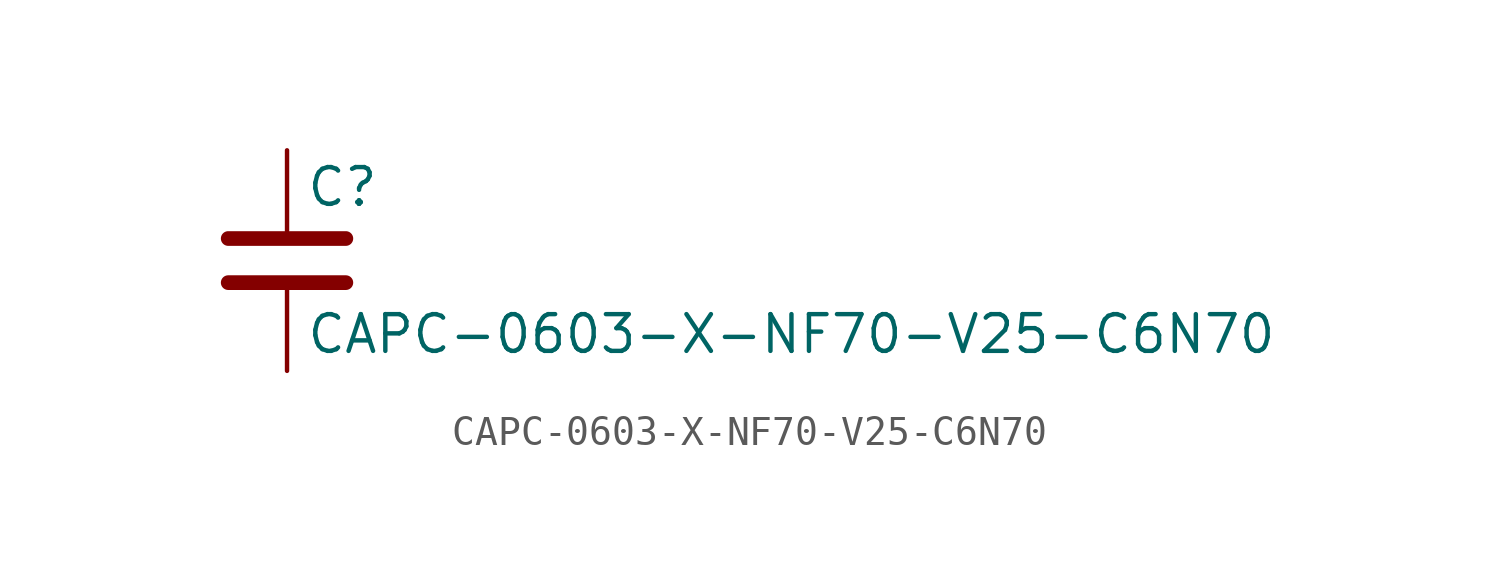
<source format=kicad_sym>
(kicad_symbol_lib
  (version 20211014)
  (generator kicad_symbol_editor)
  (symbol "CAPC-0603-X-NF70-V25-C6N70"
    (pin_numbers hide)
    (pin_names
      (offset 0.254))
    (property "Reference" "C"
      (at 0.635 2.54 0)
      (effects (font (size 1.27 1.27)) (justify left)))
    (property "Value" "CAPC-0603-X-NF70-V25-C6N70"
      (at 0.635 -2.54 0)
      (effects (font (size 1.27 1.27)) (justify left)))
    (symbol "CAPC-0603-X-NF70-V25-C6N70_0_1"
      (polyline (pts (xy -2.032 -0.762) (xy 2.032 -0.762)) (stroke (width 0.508) (type default) (color 0 0 0 0)) (fill (type none)))
      (polyline (pts (xy -2.032 0.762) (xy 2.032 0.762)) (stroke (width 0.508) (type default) (color 0 0 0 0)) (fill (type none))))
    (symbol "CAPC-0603-X-NF70-V25-C6N70_1_1"
      (pin passive line (at 0 3.81 270) (length 2.794) (name "~" (effects (font (size 1.27 1.27)))) (number "1" (effects (font (size 1.27 1.27)))))
      (pin passive line (at 0 -3.81 90) (length 2.794) (name "~" (effects (font (size 1.27 1.27)))) (number "2" (effects (font (size 1.27 1.27))))))))
</source>
